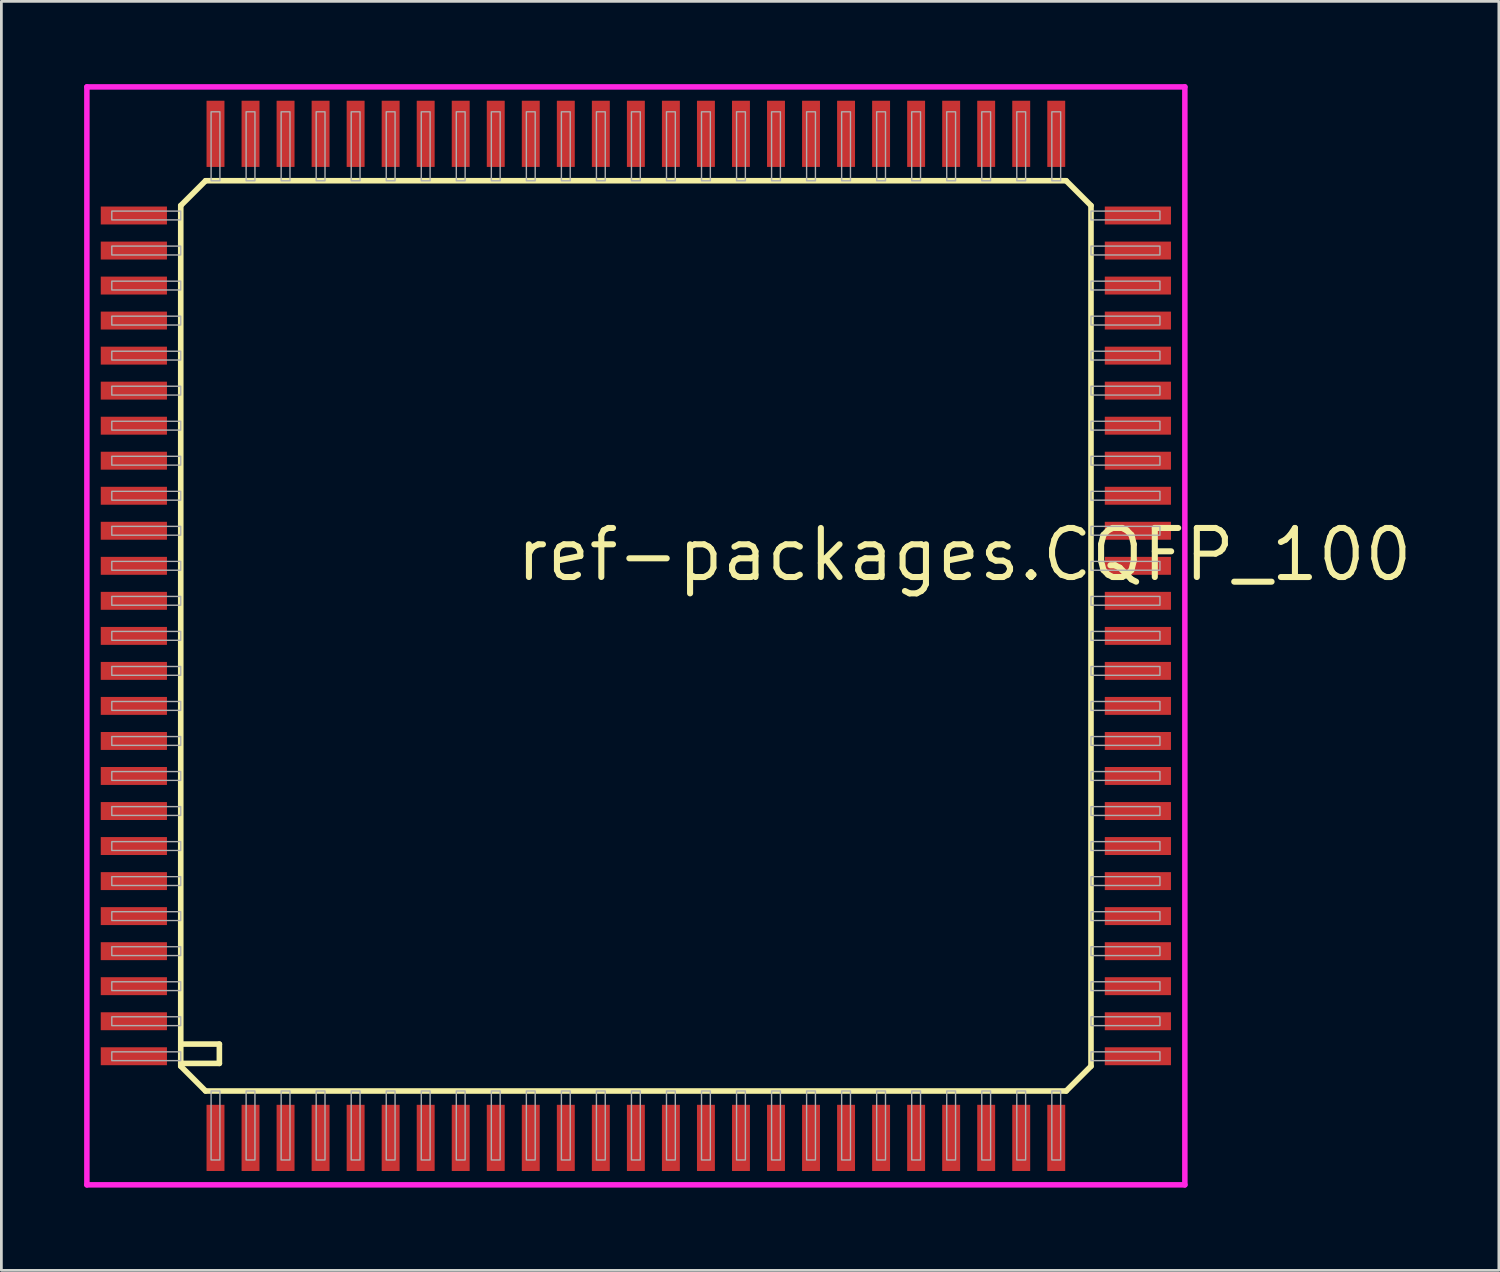
<source format=kicad_pcb>
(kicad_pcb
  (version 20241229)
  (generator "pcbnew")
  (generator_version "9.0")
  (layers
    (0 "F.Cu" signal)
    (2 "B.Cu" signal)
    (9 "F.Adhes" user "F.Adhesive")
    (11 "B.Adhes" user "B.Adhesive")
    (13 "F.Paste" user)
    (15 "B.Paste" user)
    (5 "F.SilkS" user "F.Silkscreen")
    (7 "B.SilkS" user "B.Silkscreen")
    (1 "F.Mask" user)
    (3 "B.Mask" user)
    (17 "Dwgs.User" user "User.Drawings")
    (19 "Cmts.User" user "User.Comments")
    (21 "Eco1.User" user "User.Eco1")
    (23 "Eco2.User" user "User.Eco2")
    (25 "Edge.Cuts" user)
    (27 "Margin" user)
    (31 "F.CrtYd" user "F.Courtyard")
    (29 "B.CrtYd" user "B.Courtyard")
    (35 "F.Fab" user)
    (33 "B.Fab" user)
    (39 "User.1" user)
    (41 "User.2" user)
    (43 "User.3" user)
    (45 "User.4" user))
  (footprint "ref-packages.CQFP_100"
    (layer "F.Cu")
    (at 20.003 20.003)
    (property "Reference" "ref-packages.CQFP_100" (at -4.445 -1.905 0) (layer "F.SilkS") (effects (font (size 1.778 1.778) (thickness 0.22)) (justify left bottom)))
    (attr smd)
    (fp_line (start -16.5 -15.6) (end -16.5 15.5) (stroke (width 0.203) (type default)) (layer "F.SilkS"))
    (fp_line (start -16.5 -15.6) (end -15.6 -16.5) (stroke (width 0.203) (type default)) (layer "F.SilkS"))
    (fp_line (start -16.5 15.5) (end -16.5 15.6) (stroke (width 0.203) (type default)) (layer "F.SilkS"))
    (fp_line (start -16.5 15.5) (end -15.1 15.5) (stroke (width 0.203) (type default)) (layer "F.SilkS"))
    (fp_line (start -16.5 15.6) (end -15.6 16.5) (stroke (width 0.203) (type default)) (layer "F.SilkS"))
    (fp_line (start -15.6 16.5) (end 15.6 16.5) (stroke (width 0.203) (type default)) (layer "F.SilkS"))
    (fp_line (start -15.1 14.8) (end -16.4 14.8) (stroke (width 0.203) (type default)) (layer "F.SilkS"))
    (fp_line (start -15.1 15.5) (end -15.1 14.8) (stroke (width 0.203) (type default)) (layer "F.SilkS"))
    (fp_line (start 15.6 -16.5) (end -15.6 -16.5) (stroke (width 0.203) (type default)) (layer "F.SilkS"))
    (fp_line (start 15.6 -16.5) (end 16.5 -15.6) (stroke (width 0.203) (type default)) (layer "F.SilkS"))
    (fp_line (start 15.6 16.5) (end 16.5 15.6) (stroke (width 0.203) (type default)) (layer "F.SilkS"))
    (fp_line (start 16.5 15.6) (end 16.5 -15.6) (stroke (width 0.203) (type default)) (layer "F.SilkS"))
    (fp_line (start -19.903 -19.903) (end 19.903 -19.903) (stroke (width 0.2) (type default)) (layer "F.CrtYd"))
    (fp_line (start -19.903 19.903) (end -19.903 -19.903) (stroke (width 0.2) (type default)) (layer "F.CrtYd"))
    (fp_line (start 19.903 -19.903) (end 19.903 19.903) (stroke (width 0.2) (type default)) (layer "F.CrtYd"))
    (fp_line (start 19.903 19.903) (end -19.903 19.903) (stroke (width 0.2) (type default)) (layer "F.CrtYd"))
    (fp_rect (start -19 -15.08) (end -16.5 -15.4) (stroke (width 0.05) (type default)) (fill no) (layer "F.Fab"))
    (fp_rect (start -19 -13.81) (end -16.5 -14.13) (stroke (width 0.05) (type default)) (fill no) (layer "F.Fab"))
    (fp_rect (start -19 -12.54) (end -16.5 -12.86) (stroke (width 0.05) (type default)) (fill no) (layer "F.Fab"))
    (fp_rect (start -19 -11.27) (end -16.5 -11.59) (stroke (width 0.05) (type default)) (fill no) (layer "F.Fab"))
    (fp_rect (start -19 -10) (end -16.5 -10.32) (stroke (width 0.05) (type default)) (fill no) (layer "F.Fab"))
    (fp_rect (start -19 -8.73) (end -16.5 -9.05) (stroke (width 0.05) (type default)) (fill no) (layer "F.Fab"))
    (fp_rect (start -19 -7.46) (end -16.5 -7.78) (stroke (width 0.05) (type default)) (fill no) (layer "F.Fab"))
    (fp_rect (start -19 -6.19) (end -16.5 -6.51) (stroke (width 0.05) (type default)) (fill no) (layer "F.Fab"))
    (fp_rect (start -19 -4.92) (end -16.5 -5.24) (stroke (width 0.05) (type default)) (fill no) (layer "F.Fab"))
    (fp_rect (start -19 -3.65) (end -16.5 -3.97) (stroke (width 0.05) (type default)) (fill no) (layer "F.Fab"))
    (fp_rect (start -19 -2.38) (end -16.5 -2.7) (stroke (width 0.05) (type default)) (fill no) (layer "F.Fab"))
    (fp_rect (start -19 -1.11) (end -16.5 -1.43) (stroke (width 0.05) (type default)) (fill no) (layer "F.Fab"))
    (fp_rect (start -19 0.16) (end -16.5 -0.16) (stroke (width 0.05) (type default)) (fill no) (layer "F.Fab"))
    (fp_rect (start -19 1.43) (end -16.5 1.11) (stroke (width 0.05) (type default)) (fill no) (layer "F.Fab"))
    (fp_rect (start -19 2.7) (end -16.5 2.38) (stroke (width 0.05) (type default)) (fill no) (layer "F.Fab"))
    (fp_rect (start -19 3.97) (end -16.5 3.65) (stroke (width 0.05) (type default)) (fill no) (layer "F.Fab"))
    (fp_rect (start -19 5.24) (end -16.5 4.92) (stroke (width 0.05) (type default)) (fill no) (layer "F.Fab"))
    (fp_rect (start -19 6.51) (end -16.5 6.19) (stroke (width 0.05) (type default)) (fill no) (layer "F.Fab"))
    (fp_rect (start -19 7.78) (end -16.5 7.46) (stroke (width 0.05) (type default)) (fill no) (layer "F.Fab"))
    (fp_rect (start -19 9.05) (end -16.5 8.73) (stroke (width 0.05) (type default)) (fill no) (layer "F.Fab"))
    (fp_rect (start -19 10.32) (end -16.5 10) (stroke (width 0.05) (type default)) (fill no) (layer "F.Fab"))
    (fp_rect (start -19 11.59) (end -16.5 11.27) (stroke (width 0.05) (type default)) (fill no) (layer "F.Fab"))
    (fp_rect (start -19 12.86) (end -16.5 12.54) (stroke (width 0.05) (type default)) (fill no) (layer "F.Fab"))
    (fp_rect (start -19 14.13) (end -16.5 13.81) (stroke (width 0.05) (type default)) (fill no) (layer "F.Fab"))
    (fp_rect (start -19 15.4) (end -16.5 15.08) (stroke (width 0.05) (type default)) (fill no) (layer "F.Fab"))
    (fp_rect (start -15.4 -16.5) (end -15.08 -19) (stroke (width 0.05) (type default)) (fill no) (layer "F.Fab"))
    (fp_rect (start -15.4 19) (end -15.08 16.5) (stroke (width 0.05) (type default)) (fill no) (layer "F.Fab"))
    (fp_rect (start -14.13 -16.5) (end -13.81 -19) (stroke (width 0.05) (type default)) (fill no) (layer "F.Fab"))
    (fp_rect (start -14.13 19) (end -13.81 16.5) (stroke (width 0.05) (type default)) (fill no) (layer "F.Fab"))
    (fp_rect (start -12.86 -16.5) (end -12.54 -19) (stroke (width 0.05) (type default)) (fill no) (layer "F.Fab"))
    (fp_rect (start -12.86 19) (end -12.54 16.5) (stroke (width 0.05) (type default)) (fill no) (layer "F.Fab"))
    (fp_rect (start -11.59 -16.5) (end -11.27 -19) (stroke (width 0.05) (type default)) (fill no) (layer "F.Fab"))
    (fp_rect (start -11.59 19) (end -11.27 16.5) (stroke (width 0.05) (type default)) (fill no) (layer "F.Fab"))
    (fp_rect (start -10.32 -16.5) (end -10 -19) (stroke (width 0.05) (type default)) (fill no) (layer "F.Fab"))
    (fp_rect (start -10.32 19) (end -10 16.5) (stroke (width 0.05) (type default)) (fill no) (layer "F.Fab"))
    (fp_rect (start -9.05 -16.5) (end -8.73 -19) (stroke (width 0.05) (type default)) (fill no) (layer "F.Fab"))
    (fp_rect (start -9.05 19) (end -8.73 16.5) (stroke (width 0.05) (type default)) (fill no) (layer "F.Fab"))
    (fp_rect (start -7.78 -16.5) (end -7.46 -19) (stroke (width 0.05) (type default)) (fill no) (layer "F.Fab"))
    (fp_rect (start -7.78 19) (end -7.46 16.5) (stroke (width 0.05) (type default)) (fill no) (layer "F.Fab"))
    (fp_rect (start -6.51 -16.5) (end -6.19 -19) (stroke (width 0.05) (type default)) (fill no) (layer "F.Fab"))
    (fp_rect (start -6.51 19) (end -6.19 16.5) (stroke (width 0.05) (type default)) (fill no) (layer "F.Fab"))
    (fp_rect (start -5.24 -16.5) (end -4.92 -19) (stroke (width 0.05) (type default)) (fill no) (layer "F.Fab"))
    (fp_rect (start -5.24 19) (end -4.92 16.5) (stroke (width 0.05) (type default)) (fill no) (layer "F.Fab"))
    (fp_rect (start -3.97 -16.5) (end -3.65 -19) (stroke (width 0.05) (type default)) (fill no) (layer "F.Fab"))
    (fp_rect (start -3.97 19) (end -3.65 16.5) (stroke (width 0.05) (type default)) (fill no) (layer "F.Fab"))
    (fp_rect (start -2.7 -16.5) (end -2.38 -19) (stroke (width 0.05) (type default)) (fill no) (layer "F.Fab"))
    (fp_rect (start -2.7 19) (end -2.38 16.5) (stroke (width 0.05) (type default)) (fill no) (layer "F.Fab"))
    (fp_rect (start -1.43 -16.5) (end -1.11 -19) (stroke (width 0.05) (type default)) (fill no) (layer "F.Fab"))
    (fp_rect (start -1.43 19) (end -1.11 16.5) (stroke (width 0.05) (type default)) (fill no) (layer "F.Fab"))
    (fp_rect (start -0.16 -16.5) (end 0.16 -19) (stroke (width 0.05) (type default)) (fill no) (layer "F.Fab"))
    (fp_rect (start -0.16 19) (end 0.16 16.5) (stroke (width 0.05) (type default)) (fill no) (layer "F.Fab"))
    (fp_rect (start 1.11 -16.5) (end 1.43 -19) (stroke (width 0.05) (type default)) (fill no) (layer "F.Fab"))
    (fp_rect (start 1.11 19) (end 1.43 16.5) (stroke (width 0.05) (type default)) (fill no) (layer "F.Fab"))
    (fp_rect (start 2.38 -16.5) (end 2.7 -19) (stroke (width 0.05) (type default)) (fill no) (layer "F.Fab"))
    (fp_rect (start 2.38 19) (end 2.7 16.5) (stroke (width 0.05) (type default)) (fill no) (layer "F.Fab"))
    (fp_rect (start 3.65 -16.5) (end 3.97 -19) (stroke (width 0.05) (type default)) (fill no) (layer "F.Fab"))
    (fp_rect (start 3.65 19) (end 3.97 16.5) (stroke (width 0.05) (type default)) (fill no) (layer "F.Fab"))
    (fp_rect (start 4.92 -16.5) (end 5.24 -19) (stroke (width 0.05) (type default)) (fill no) (layer "F.Fab"))
    (fp_rect (start 4.92 19) (end 5.24 16.5) (stroke (width 0.05) (type default)) (fill no) (layer "F.Fab"))
    (fp_rect (start 6.19 -16.5) (end 6.51 -19) (stroke (width 0.05) (type default)) (fill no) (layer "F.Fab"))
    (fp_rect (start 6.19 19) (end 6.51 16.5) (stroke (width 0.05) (type default)) (fill no) (layer "F.Fab"))
    (fp_rect (start 7.46 -16.5) (end 7.78 -19) (stroke (width 0.05) (type default)) (fill no) (layer "F.Fab"))
    (fp_rect (start 7.46 19) (end 7.78 16.5) (stroke (width 0.05) (type default)) (fill no) (layer "F.Fab"))
    (fp_rect (start 8.73 -16.5) (end 9.05 -19) (stroke (width 0.05) (type default)) (fill no) (layer "F.Fab"))
    (fp_rect (start 8.73 19) (end 9.05 16.5) (stroke (width 0.05) (type default)) (fill no) (layer "F.Fab"))
    (fp_rect (start 10 -16.5) (end 10.32 -19) (stroke (width 0.05) (type default)) (fill no) (layer "F.Fab"))
    (fp_rect (start 10 19) (end 10.32 16.5) (stroke (width 0.05) (type default)) (fill no) (layer "F.Fab"))
    (fp_rect (start 11.27 -16.5) (end 11.59 -19) (stroke (width 0.05) (type default)) (fill no) (layer "F.Fab"))
    (fp_rect (start 11.27 19) (end 11.59 16.5) (stroke (width 0.05) (type default)) (fill no) (layer "F.Fab"))
    (fp_rect (start 12.54 -16.5) (end 12.86 -19) (stroke (width 0.05) (type default)) (fill no) (layer "F.Fab"))
    (fp_rect (start 12.54 19) (end 12.86 16.5) (stroke (width 0.05) (type default)) (fill no) (layer "F.Fab"))
    (fp_rect (start 13.81 -16.5) (end 14.13 -19) (stroke (width 0.05) (type default)) (fill no) (layer "F.Fab"))
    (fp_rect (start 13.81 19) (end 14.13 16.5) (stroke (width 0.05) (type default)) (fill no) (layer "F.Fab"))
    (fp_rect (start 15.08 -16.5) (end 15.4 -19) (stroke (width 0.05) (type default)) (fill no) (layer "F.Fab"))
    (fp_rect (start 15.08 19) (end 15.4 16.5) (stroke (width 0.05) (type default)) (fill no) (layer "F.Fab"))
    (fp_rect (start 16.5 -15.08) (end 19 -15.4) (stroke (width 0.05) (type default)) (fill no) (layer "F.Fab"))
    (fp_rect (start 16.5 -13.81) (end 19 -14.13) (stroke (width 0.05) (type default)) (fill no) (layer "F.Fab"))
    (fp_rect (start 16.5 -12.54) (end 19 -12.86) (stroke (width 0.05) (type default)) (fill no) (layer "F.Fab"))
    (fp_rect (start 16.5 -11.27) (end 19 -11.59) (stroke (width 0.05) (type default)) (fill no) (layer "F.Fab"))
    (fp_rect (start 16.5 -10) (end 19 -10.32) (stroke (width 0.05) (type default)) (fill no) (layer "F.Fab"))
    (fp_rect (start 16.5 -8.73) (end 19 -9.05) (stroke (width 0.05) (type default)) (fill no) (layer "F.Fab"))
    (fp_rect (start 16.5 -7.46) (end 19 -7.78) (stroke (width 0.05) (type default)) (fill no) (layer "F.Fab"))
    (fp_rect (start 16.5 -6.19) (end 19 -6.51) (stroke (width 0.05) (type default)) (fill no) (layer "F.Fab"))
    (fp_rect (start 16.5 -4.92) (end 19 -5.24) (stroke (width 0.05) (type default)) (fill no) (layer "F.Fab"))
    (fp_rect (start 16.5 -3.65) (end 19 -3.97) (stroke (width 0.05) (type default)) (fill no) (layer "F.Fab"))
    (fp_rect (start 16.5 -2.38) (end 19 -2.7) (stroke (width 0.05) (type default)) (fill no) (layer "F.Fab"))
    (fp_rect (start 16.5 -1.11) (end 19 -1.43) (stroke (width 0.05) (type default)) (fill no) (layer "F.Fab"))
    (fp_rect (start 16.5 0.16) (end 19 -0.16) (stroke (width 0.05) (type default)) (fill no) (layer "F.Fab"))
    (fp_rect (start 16.5 1.43) (end 19 1.11) (stroke (width 0.05) (type default)) (fill no) (layer "F.Fab"))
    (fp_rect (start 16.5 2.7) (end 19 2.38) (stroke (width 0.05) (type default)) (fill no) (layer "F.Fab"))
    (fp_rect (start 16.5 3.97) (end 19 3.65) (stroke (width 0.05) (type default)) (fill no) (layer "F.Fab"))
    (fp_rect (start 16.5 5.24) (end 19 4.92) (stroke (width 0.05) (type default)) (fill no) (layer "F.Fab"))
    (fp_rect (start 16.5 6.51) (end 19 6.19) (stroke (width 0.05) (type default)) (fill no) (layer "F.Fab"))
    (fp_rect (start 16.5 7.78) (end 19 7.46) (stroke (width 0.05) (type default)) (fill no) (layer "F.Fab"))
    (fp_rect (start 16.5 9.05) (end 19 8.73) (stroke (width 0.05) (type default)) (fill no) (layer "F.Fab"))
    (fp_rect (start 16.5 10.32) (end 19 10) (stroke (width 0.05) (type default)) (fill no) (layer "F.Fab"))
    (fp_rect (start 16.5 11.59) (end 19 11.27) (stroke (width 0.05) (type default)) (fill no) (layer "F.Fab"))
    (fp_rect (start 16.5 12.86) (end 19 12.54) (stroke (width 0.05) (type default)) (fill no) (layer "F.Fab"))
    (fp_rect (start 16.5 14.13) (end 19 13.81) (stroke (width 0.05) (type default)) (fill no) (layer "F.Fab"))
    (fp_rect (start 16.5 15.4) (end 19 15.08) (stroke (width 0.05) (type default)) (fill no) (layer "F.Fab"))
    (pad "1" smd roundrect (at -15.24 18.2) (size 0.65 2.4) (layers "F.Cu" "F.Mask" "F.Paste") (roundrect_rratio 0.01))
    (pad "2" smd roundrect (at -13.97 18.2) (size 0.65 2.4) (layers "F.Cu" "F.Mask" "F.Paste") (roundrect_rratio 0.01))
    (pad "3" smd roundrect (at -12.7 18.2) (size 0.65 2.4) (layers "F.Cu" "F.Mask" "F.Paste") (roundrect_rratio 0.01))
    (pad "4" smd roundrect (at -11.43 18.2) (size 0.65 2.4) (layers "F.Cu" "F.Mask" "F.Paste") (roundrect_rratio 0.01))
    (pad "5" smd roundrect (at -10.16 18.2) (size 0.65 2.4) (layers "F.Cu" "F.Mask" "F.Paste") (roundrect_rratio 0.01))
    (pad "6" smd roundrect (at -8.89 18.2) (size 0.65 2.4) (layers "F.Cu" "F.Mask" "F.Paste") (roundrect_rratio 0.01))
    (pad "7" smd roundrect (at -7.62 18.2) (size 0.65 2.4) (layers "F.Cu" "F.Mask" "F.Paste") (roundrect_rratio 0.01))
    (pad "8" smd roundrect (at -6.35 18.2) (size 0.65 2.4) (layers "F.Cu" "F.Mask" "F.Paste") (roundrect_rratio 0.01))
    (pad "9" smd roundrect (at -5.08 18.2) (size 0.65 2.4) (layers "F.Cu" "F.Mask" "F.Paste") (roundrect_rratio 0.01))
    (pad "10" smd roundrect (at -3.81 18.2) (size 0.65 2.4) (layers "F.Cu" "F.Mask" "F.Paste") (roundrect_rratio 0.01))
    (pad "11" smd roundrect (at -2.54 18.2) (size 0.65 2.4) (layers "F.Cu" "F.Mask" "F.Paste") (roundrect_rratio 0.01))
    (pad "12" smd roundrect (at -1.27 18.2) (size 0.65 2.4) (layers "F.Cu" "F.Mask" "F.Paste") (roundrect_rratio 0.01))
    (pad "13" smd roundrect (at 0 18.2) (size 0.65 2.4) (layers "F.Cu" "F.Mask" "F.Paste") (roundrect_rratio 0.01))
    (pad "14" smd roundrect (at 1.27 18.2) (size 0.65 2.4) (layers "F.Cu" "F.Mask" "F.Paste") (roundrect_rratio 0.01))
    (pad "15" smd roundrect (at 2.54 18.2) (size 0.65 2.4) (layers "F.Cu" "F.Mask" "F.Paste") (roundrect_rratio 0.01))
    (pad "16" smd roundrect (at 3.81 18.2) (size 0.65 2.4) (layers "F.Cu" "F.Mask" "F.Paste") (roundrect_rratio 0.01))
    (pad "17" smd roundrect (at 5.08 18.2) (size 0.65 2.4) (layers "F.Cu" "F.Mask" "F.Paste") (roundrect_rratio 0.01))
    (pad "18" smd roundrect (at 6.35 18.2) (size 0.65 2.4) (layers "F.Cu" "F.Mask" "F.Paste") (roundrect_rratio 0.01))
    (pad "19" smd roundrect (at 7.62 18.2) (size 0.65 2.4) (layers "F.Cu" "F.Mask" "F.Paste") (roundrect_rratio 0.01))
    (pad "20" smd roundrect (at 8.89 18.2) (size 0.65 2.4) (layers "F.Cu" "F.Mask" "F.Paste") (roundrect_rratio 0.01))
    (pad "21" smd roundrect (at 10.16 18.2) (size 0.65 2.4) (layers "F.Cu" "F.Mask" "F.Paste") (roundrect_rratio 0.01))
    (pad "22" smd roundrect (at 11.43 18.2) (size 0.65 2.4) (layers "F.Cu" "F.Mask" "F.Paste") (roundrect_rratio 0.01))
    (pad "23" smd roundrect (at 12.7 18.2) (size 0.65 2.4) (layers "F.Cu" "F.Mask" "F.Paste") (roundrect_rratio 0.01))
    (pad "24" smd roundrect (at 13.97 18.2) (size 0.65 2.4) (layers "F.Cu" "F.Mask" "F.Paste") (roundrect_rratio 0.01))
    (pad "25" smd roundrect (at 15.24 18.2) (size 0.65 2.4) (layers "F.Cu" "F.Mask" "F.Paste") (roundrect_rratio 0.01))
    (pad "26" smd roundrect (at 18.2 15.24) (size 2.4 0.65) (layers "F.Cu" "F.Mask" "F.Paste") (roundrect_rratio 0.01))
    (pad "27" smd roundrect (at 18.2 13.97) (size 2.4 0.65) (layers "F.Cu" "F.Mask" "F.Paste") (roundrect_rratio 0.01))
    (pad "28" smd roundrect (at 18.2 12.7) (size 2.4 0.65) (layers "F.Cu" "F.Mask" "F.Paste") (roundrect_rratio 0.01))
    (pad "29" smd roundrect (at 18.2 11.43) (size 2.4 0.65) (layers "F.Cu" "F.Mask" "F.Paste") (roundrect_rratio 0.01))
    (pad "30" smd roundrect (at 18.2 10.16) (size 2.4 0.65) (layers "F.Cu" "F.Mask" "F.Paste") (roundrect_rratio 0.01))
    (pad "31" smd roundrect (at 18.2 8.89) (size 2.4 0.65) (layers "F.Cu" "F.Mask" "F.Paste") (roundrect_rratio 0.01))
    (pad "32" smd roundrect (at 18.2 7.62) (size 2.4 0.65) (layers "F.Cu" "F.Mask" "F.Paste") (roundrect_rratio 0.01))
    (pad "33" smd roundrect (at 18.2 6.35) (size 2.4 0.65) (layers "F.Cu" "F.Mask" "F.Paste") (roundrect_rratio 0.01))
    (pad "34" smd roundrect (at 18.2 5.08) (size 2.4 0.65) (layers "F.Cu" "F.Mask" "F.Paste") (roundrect_rratio 0.01))
    (pad "35" smd roundrect (at 18.2 3.81) (size 2.4 0.65) (layers "F.Cu" "F.Mask" "F.Paste") (roundrect_rratio 0.01))
    (pad "36" smd roundrect (at 18.2 2.54) (size 2.4 0.65) (layers "F.Cu" "F.Mask" "F.Paste") (roundrect_rratio 0.01))
    (pad "37" smd roundrect (at 18.2 1.27) (size 2.4 0.65) (layers "F.Cu" "F.Mask" "F.Paste") (roundrect_rratio 0.01))
    (pad "38" smd roundrect (at 18.2 0) (size 2.4 0.65) (layers "F.Cu" "F.Mask" "F.Paste") (roundrect_rratio 0.01))
    (pad "39" smd roundrect (at 18.2 -1.27) (size 2.4 0.65) (layers "F.Cu" "F.Mask" "F.Paste") (roundrect_rratio 0.01))
    (pad "40" smd roundrect (at 18.2 -2.54) (size 2.4 0.65) (layers "F.Cu" "F.Mask" "F.Paste") (roundrect_rratio 0.01))
    (pad "41" smd roundrect (at 18.2 -3.81) (size 2.4 0.65) (layers "F.Cu" "F.Mask" "F.Paste") (roundrect_rratio 0.01))
    (pad "42" smd roundrect (at 18.2 -5.08) (size 2.4 0.65) (layers "F.Cu" "F.Mask" "F.Paste") (roundrect_rratio 0.01))
    (pad "43" smd roundrect (at 18.2 -6.35) (size 2.4 0.65) (layers "F.Cu" "F.Mask" "F.Paste") (roundrect_rratio 0.01))
    (pad "44" smd roundrect (at 18.2 -7.62) (size 2.4 0.65) (layers "F.Cu" "F.Mask" "F.Paste") (roundrect_rratio 0.01))
    (pad "45" smd roundrect (at 18.2 -8.89) (size 2.4 0.65) (layers "F.Cu" "F.Mask" "F.Paste") (roundrect_rratio 0.01))
    (pad "46" smd roundrect (at 18.2 -10.16) (size 2.4 0.65) (layers "F.Cu" "F.Mask" "F.Paste") (roundrect_rratio 0.01))
    (pad "47" smd roundrect (at 18.2 -11.43) (size 2.4 0.65) (layers "F.Cu" "F.Mask" "F.Paste") (roundrect_rratio 0.01))
    (pad "48" smd roundrect (at 18.2 -12.7) (size 2.4 0.65) (layers "F.Cu" "F.Mask" "F.Paste") (roundrect_rratio 0.01))
    (pad "49" smd roundrect (at 18.2 -13.97) (size 2.4 0.65) (layers "F.Cu" "F.Mask" "F.Paste") (roundrect_rratio 0.01))
    (pad "50" smd roundrect (at 18.2 -15.24) (size 2.4 0.65) (layers "F.Cu" "F.Mask" "F.Paste") (roundrect_rratio 0.01))
    (pad "51" smd roundrect (at 15.24 -18.2) (size 0.65 2.4) (layers "F.Cu" "F.Mask" "F.Paste") (roundrect_rratio 0.01))
    (pad "52" smd roundrect (at 13.97 -18.2) (size 0.65 2.4) (layers "F.Cu" "F.Mask" "F.Paste") (roundrect_rratio 0.01))
    (pad "53" smd roundrect (at 12.7 -18.2) (size 0.65 2.4) (layers "F.Cu" "F.Mask" "F.Paste") (roundrect_rratio 0.01))
    (pad "54" smd roundrect (at 11.43 -18.2) (size 0.65 2.4) (layers "F.Cu" "F.Mask" "F.Paste") (roundrect_rratio 0.01))
    (pad "55" smd roundrect (at 10.16 -18.2) (size 0.65 2.4) (layers "F.Cu" "F.Mask" "F.Paste") (roundrect_rratio 0.01))
    (pad "56" smd roundrect (at 8.89 -18.2) (size 0.65 2.4) (layers "F.Cu" "F.Mask" "F.Paste") (roundrect_rratio 0.01))
    (pad "57" smd roundrect (at 7.62 -18.2) (size 0.65 2.4) (layers "F.Cu" "F.Mask" "F.Paste") (roundrect_rratio 0.01))
    (pad "58" smd roundrect (at 6.35 -18.2) (size 0.65 2.4) (layers "F.Cu" "F.Mask" "F.Paste") (roundrect_rratio 0.01))
    (pad "59" smd roundrect (at 5.08 -18.2) (size 0.65 2.4) (layers "F.Cu" "F.Mask" "F.Paste") (roundrect_rratio 0.01))
    (pad "60" smd roundrect (at 3.81 -18.2) (size 0.65 2.4) (layers "F.Cu" "F.Mask" "F.Paste") (roundrect_rratio 0.01))
    (pad "61" smd roundrect (at 2.54 -18.2) (size 0.65 2.4) (layers "F.Cu" "F.Mask" "F.Paste") (roundrect_rratio 0.01))
    (pad "62" smd roundrect (at 1.27 -18.2) (size 0.65 2.4) (layers "F.Cu" "F.Mask" "F.Paste") (roundrect_rratio 0.01))
    (pad "63" smd roundrect (at 0 -18.2) (size 0.65 2.4) (layers "F.Cu" "F.Mask" "F.Paste") (roundrect_rratio 0.01))
    (pad "64" smd roundrect (at -1.27 -18.2) (size 0.65 2.4) (layers "F.Cu" "F.Mask" "F.Paste") (roundrect_rratio 0.01))
    (pad "65" smd roundrect (at -2.54 -18.2) (size 0.65 2.4) (layers "F.Cu" "F.Mask" "F.Paste") (roundrect_rratio 0.01))
    (pad "66" smd roundrect (at -3.81 -18.2) (size 0.65 2.4) (layers "F.Cu" "F.Mask" "F.Paste") (roundrect_rratio 0.01))
    (pad "67" smd roundrect (at -5.08 -18.2) (size 0.65 2.4) (layers "F.Cu" "F.Mask" "F.Paste") (roundrect_rratio 0.01))
    (pad "68" smd roundrect (at -6.35 -18.2) (size 0.65 2.4) (layers "F.Cu" "F.Mask" "F.Paste") (roundrect_rratio 0.01))
    (pad "69" smd roundrect (at -7.62 -18.2) (size 0.65 2.4) (layers "F.Cu" "F.Mask" "F.Paste") (roundrect_rratio 0.01))
    (pad "70" smd roundrect (at -8.89 -18.2) (size 0.65 2.4) (layers "F.Cu" "F.Mask" "F.Paste") (roundrect_rratio 0.01))
    (pad "71" smd roundrect (at -10.16 -18.2) (size 0.65 2.4) (layers "F.Cu" "F.Mask" "F.Paste") (roundrect_rratio 0.01))
    (pad "72" smd roundrect (at -11.43 -18.2) (size 0.65 2.4) (layers "F.Cu" "F.Mask" "F.Paste") (roundrect_rratio 0.01))
    (pad "73" smd roundrect (at -12.7 -18.2) (size 0.65 2.4) (layers "F.Cu" "F.Mask" "F.Paste") (roundrect_rratio 0.01))
    (pad "74" smd roundrect (at -13.97 -18.2) (size 0.65 2.4) (layers "F.Cu" "F.Mask" "F.Paste") (roundrect_rratio 0.01))
    (pad "75" smd roundrect (at -15.24 -18.2) (size 0.65 2.4) (layers "F.Cu" "F.Mask" "F.Paste") (roundrect_rratio 0.01))
    (pad "76" smd roundrect (at -18.2 -15.24) (size 2.4 0.65) (layers "F.Cu" "F.Mask" "F.Paste") (roundrect_rratio 0.01))
    (pad "77" smd roundrect (at -18.2 -13.97) (size 2.4 0.65) (layers "F.Cu" "F.Mask" "F.Paste") (roundrect_rratio 0.01))
    (pad "78" smd roundrect (at -18.2 -12.7) (size 2.4 0.65) (layers "F.Cu" "F.Mask" "F.Paste") (roundrect_rratio 0.01))
    (pad "79" smd roundrect (at -18.2 -11.43) (size 2.4 0.65) (layers "F.Cu" "F.Mask" "F.Paste") (roundrect_rratio 0.01))
    (pad "80" smd roundrect (at -18.2 -10.16) (size 2.4 0.65) (layers "F.Cu" "F.Mask" "F.Paste") (roundrect_rratio 0.01))
    (pad "81" smd roundrect (at -18.2 -8.89) (size 2.4 0.65) (layers "F.Cu" "F.Mask" "F.Paste") (roundrect_rratio 0.01))
    (pad "82" smd roundrect (at -18.2 -7.62) (size 2.4 0.65) (layers "F.Cu" "F.Mask" "F.Paste") (roundrect_rratio 0.01))
    (pad "83" smd roundrect (at -18.2 -6.35) (size 2.4 0.65) (layers "F.Cu" "F.Mask" "F.Paste") (roundrect_rratio 0.01))
    (pad "84" smd roundrect (at -18.2 -5.08) (size 2.4 0.65) (layers "F.Cu" "F.Mask" "F.Paste") (roundrect_rratio 0.01))
    (pad "85" smd roundrect (at -18.2 -3.81) (size 2.4 0.65) (layers "F.Cu" "F.Mask" "F.Paste") (roundrect_rratio 0.01))
    (pad "86" smd roundrect (at -18.2 -2.54) (size 2.4 0.65) (layers "F.Cu" "F.Mask" "F.Paste") (roundrect_rratio 0.01))
    (pad "87" smd roundrect (at -18.2 -1.27) (size 2.4 0.65) (layers "F.Cu" "F.Mask" "F.Paste") (roundrect_rratio 0.01))
    (pad "88" smd roundrect (at -18.2 0) (size 2.4 0.65) (layers "F.Cu" "F.Mask" "F.Paste") (roundrect_rratio 0.01))
    (pad "89" smd roundrect (at -18.2 1.27) (size 2.4 0.65) (layers "F.Cu" "F.Mask" "F.Paste") (roundrect_rratio 0.01))
    (pad "90" smd roundrect (at -18.2 2.54) (size 2.4 0.65) (layers "F.Cu" "F.Mask" "F.Paste") (roundrect_rratio 0.01))
    (pad "91" smd roundrect (at -18.2 3.81) (size 2.4 0.65) (layers "F.Cu" "F.Mask" "F.Paste") (roundrect_rratio 0.01))
    (pad "92" smd roundrect (at -18.2 5.08) (size 2.4 0.65) (layers "F.Cu" "F.Mask" "F.Paste") (roundrect_rratio 0.01))
    (pad "93" smd roundrect (at -18.2 6.35) (size 2.4 0.65) (layers "F.Cu" "F.Mask" "F.Paste") (roundrect_rratio 0.01))
    (pad "94" smd roundrect (at -18.2 7.62) (size 2.4 0.65) (layers "F.Cu" "F.Mask" "F.Paste") (roundrect_rratio 0.01))
    (pad "95" smd roundrect (at -18.2 8.89) (size 2.4 0.65) (layers "F.Cu" "F.Mask" "F.Paste") (roundrect_rratio 0.01))
    (pad "96" smd roundrect (at -18.2 10.16) (size 2.4 0.65) (layers "F.Cu" "F.Mask" "F.Paste") (roundrect_rratio 0.01))
    (pad "97" smd roundrect (at -18.2 11.43) (size 2.4 0.65) (layers "F.Cu" "F.Mask" "F.Paste") (roundrect_rratio 0.01))
    (pad "98" smd roundrect (at -18.2 12.7) (size 2.4 0.65) (layers "F.Cu" "F.Mask" "F.Paste") (roundrect_rratio 0.01))
    (pad "99" smd roundrect (at -18.2 13.97) (size 2.4 0.65) (layers "F.Cu" "F.Mask" "F.Paste") (roundrect_rratio 0.01))
    (pad "100" smd roundrect (at -18.2 15.24) (size 2.4 0.65) (layers "F.Cu" "F.Mask" "F.Paste") (roundrect_rratio 0.01)))
  (gr_rect
    (start -3 -3)
    (end 51.29 43.006)
    (stroke (width 0.1) (type default))
    (fill no)
    (layer "Edge.Cuts")))
</source>
